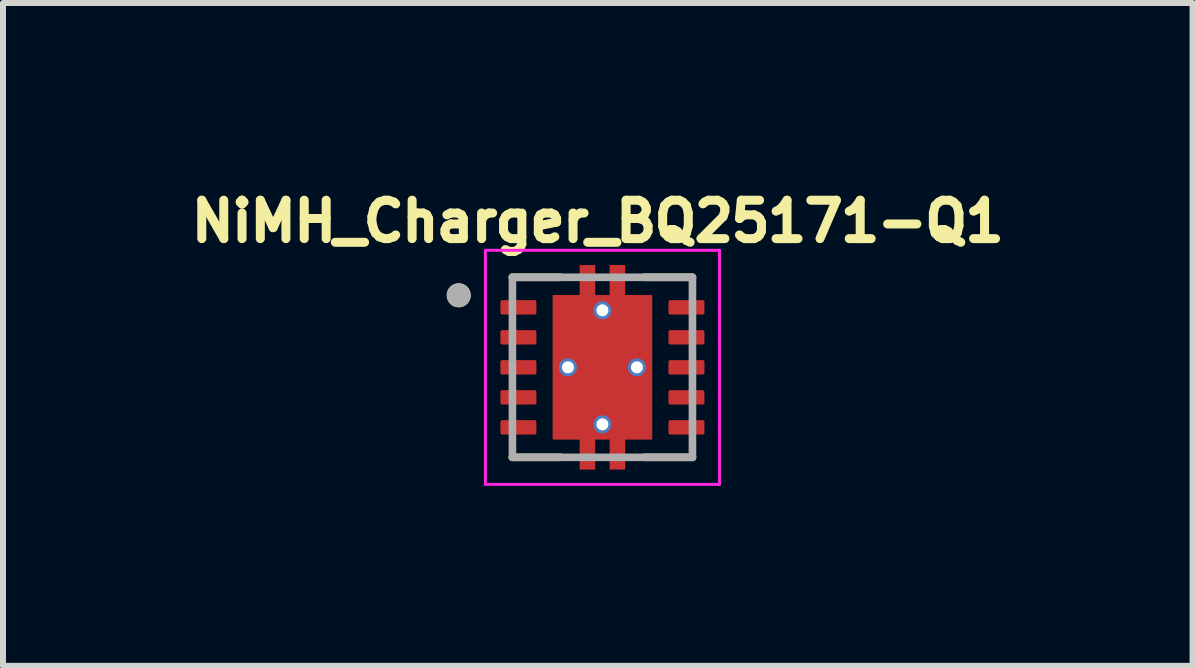
<source format=kicad_pcb>
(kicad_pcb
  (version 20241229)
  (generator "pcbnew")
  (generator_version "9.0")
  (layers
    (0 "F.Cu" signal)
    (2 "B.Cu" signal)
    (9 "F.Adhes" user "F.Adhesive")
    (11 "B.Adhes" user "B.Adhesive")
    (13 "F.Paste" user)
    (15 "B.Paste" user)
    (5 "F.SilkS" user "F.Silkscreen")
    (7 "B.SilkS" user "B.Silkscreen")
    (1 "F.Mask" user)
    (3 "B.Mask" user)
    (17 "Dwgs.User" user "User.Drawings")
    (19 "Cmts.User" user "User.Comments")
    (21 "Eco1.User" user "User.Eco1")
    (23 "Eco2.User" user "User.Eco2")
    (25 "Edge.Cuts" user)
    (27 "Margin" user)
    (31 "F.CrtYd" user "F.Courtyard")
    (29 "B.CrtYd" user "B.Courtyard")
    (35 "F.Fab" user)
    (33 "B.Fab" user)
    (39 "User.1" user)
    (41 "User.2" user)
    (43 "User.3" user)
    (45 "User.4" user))
  (footprint "NiMH_Charger_BQ25171-Q1"
    (layer "F.Cu")
    (at 6.989 3.071)
    (property "Reference" "NiMH_Charger_BQ25171-Q1" (at -0.078 -2.433 0) (layer "F.SilkS") (effects (font (size 0.64 0.64) (thickness 0.15))))
    (attr smd)
    (fp_poly (pts (xy -1.77 -1.19) (xy -1.03 -1.19) (xy -1.03 -0.81) (xy -1.77 -0.81)) (stroke (width 0.01) (type solid)) (fill yes) (layer "F.Mask"))
    (fp_poly (pts (xy -1.77 -0.69) (xy -1.03 -0.69) (xy -1.03 -0.31) (xy -1.77 -0.31)) (stroke (width 0.01) (type solid)) (fill yes) (layer "F.Mask"))
    (fp_poly (pts (xy -1.77 -0.19) (xy -1.03 -0.19) (xy -1.03 0.19) (xy -1.77 0.19)) (stroke (width 0.01) (type solid)) (fill yes) (layer "F.Mask"))
    (fp_poly (pts (xy -1.77 0.31) (xy -1.03 0.31) (xy -1.03 0.69) (xy -1.77 0.69)) (stroke (width 0.01) (type solid)) (fill yes) (layer "F.Mask"))
    (fp_poly (pts (xy -1.77 0.81) (xy -1.03 0.81) (xy -1.03 1.19) (xy -1.77 1.19)) (stroke (width 0.01) (type solid)) (fill yes) (layer "F.Mask"))
    (fp_poly (pts (xy 1.03 -1.19) (xy 1.77 -1.19) (xy 1.77 -0.81) (xy 1.03 -0.81)) (stroke (width 0.01) (type solid)) (fill yes) (layer "F.Mask"))
    (fp_poly (pts (xy 1.03 -0.69) (xy 1.77 -0.69) (xy 1.77 -0.31) (xy 1.03 -0.31)) (stroke (width 0.01) (type solid)) (fill yes) (layer "F.Mask"))
    (fp_poly (pts (xy 1.03 -0.19) (xy 1.77 -0.19) (xy 1.77 0.19) (xy 1.03 0.19)) (stroke (width 0.01) (type solid)) (fill yes) (layer "F.Mask"))
    (fp_poly (pts (xy 1.03 0.31) (xy 1.77 0.31) (xy 1.77 0.69) (xy 1.03 0.69)) (stroke (width 0.01) (type solid)) (fill yes) (layer "F.Mask"))
    (fp_poly (pts (xy 1.03 0.81) (xy 1.77 0.81) (xy 1.77 1.19) (xy 1.03 1.19)) (stroke (width 0.01) (type solid)) (fill yes) (layer "F.Mask"))
    (fp_poly (pts (xy -0.895 -1.27) (xy -0.445 -1.27) (xy -0.445 -1.77) (xy -0.055 -1.77) (xy -0.055 -1.27) (xy 0.055 -1.27) (xy 0.055 -1.77) (xy 0.445 -1.77) (xy 0.445 -1.27) (xy 0.895 -1.27) (xy 0.895 1.27) (xy 0.445 1.27) (xy 0.445 1.77) (xy 0.055 1.77) (xy 0.055 1.27) (xy -0.055 1.27) (xy -0.055 1.77) (xy -0.445 1.77) (xy -0.445 1.27) (xy -0.895 1.27)) (stroke (width 0.01) (type solid)) (fill yes) (layer "F.Mask"))
    (fp_line (start -1.5 -1.5) (end -0.695 -1.5) (stroke (width 0.127) (type solid)) (layer "F.SilkS"))
    (fp_line (start -1.5 1.5) (end -0.695 1.5) (stroke (width 0.127) (type solid)) (layer "F.SilkS"))
    (fp_line (start 0.695 -1.5) (end 1.5 -1.5) (stroke (width 0.127) (type solid)) (layer "F.SilkS"))
    (fp_line (start 0.695 1.5) (end 1.5 1.5) (stroke (width 0.127) (type solid)) (layer "F.SilkS"))
    (fp_circle (center -2.395 -1.2) (end -2.295 -1.2) (stroke (width 0.2) (type solid)) (fill no) (layer "F.SilkS"))
    (fp_poly (pts (xy -0.75 -1.16) (xy 0.75 -1.16) (xy 0.75 -0.1) (xy -0.75 -0.1)) (stroke (width 0.01) (type solid)) (fill yes) (layer "F.Paste"))
    (fp_poly (pts (xy -0.75 0.1) (xy 0.75 0.1) (xy 0.75 1.16) (xy -0.75 1.16)) (stroke (width 0.01) (type solid)) (fill yes) (layer "F.Paste"))
    (fp_poly (pts (xy -0.375 -1.7) (xy -0.125 -1.7) (xy -0.125 -1.36) (xy -0.375 -1.36)) (stroke (width 0.01) (type solid)) (fill yes) (layer "F.Paste"))
    (fp_poly (pts (xy -0.375 1.36) (xy -0.125 1.36) (xy -0.125 1.7) (xy -0.375 1.7)) (stroke (width 0.01) (type solid)) (fill yes) (layer "F.Paste"))
    (fp_poly (pts (xy 0.125 -1.7) (xy 0.375 -1.7) (xy 0.375 -1.36) (xy 0.125 -1.36)) (stroke (width 0.01) (type solid)) (fill yes) (layer "F.Paste"))
    (fp_poly (pts (xy 0.125 1.36) (xy 0.375 1.36) (xy 0.375 1.7) (xy 0.125 1.7)) (stroke (width 0.01) (type solid)) (fill yes) (layer "F.Paste"))
    (fp_line (start -1.95 -1.95) (end -1.95 1.95) (stroke (width 0.05) (type solid)) (layer "F.CrtYd"))
    (fp_line (start -1.95 -1.95) (end 1.95 -1.95) (stroke (width 0.05) (type solid)) (layer "F.CrtYd"))
    (fp_line (start -1.95 1.95) (end 1.95 1.95) (stroke (width 0.05) (type solid)) (layer "F.CrtYd"))
    (fp_line (start 1.95 -1.95) (end 1.95 1.95) (stroke (width 0.05) (type solid)) (layer "F.CrtYd"))
    (fp_line (start -1.5 -1.5) (end -1.5 1.5) (stroke (width 0.127) (type solid)) (layer "F.Fab"))
    (fp_line (start -1.5 -1.5) (end 1.5 -1.5) (stroke (width 0.127) (type solid)) (layer "F.Fab"))
    (fp_line (start -1.5 1.5) (end 1.5 1.5) (stroke (width 0.127) (type solid)) (layer "F.Fab"))
    (fp_line (start 1.5 -1.5) (end 1.5 1.5) (stroke (width 0.127) (type solid)) (layer "F.Fab"))
    (fp_circle (center -2.395 -1.2) (end -2.295 -1.2) (stroke (width 0.2) (type solid)) (fill no) (layer "F.Fab"))
    (pad "1" smd roundrect (at -1.4 -1) (size 0.6 0.24) (layers "F.Cu" "F.Paste") (roundrect_rratio 0.125))
    (pad "2" smd roundrect (at -1.4 -0.5) (size 0.6 0.24) (layers "F.Cu" "F.Paste") (roundrect_rratio 0.125))
    (pad "3" smd roundrect (at -1.4 0) (size 0.6 0.24) (layers "F.Cu" "F.Paste") (roundrect_rratio 0.125))
    (pad "4" smd roundrect (at -1.4 0.5) (size 0.6 0.24) (layers "F.Cu" "F.Paste") (roundrect_rratio 0.125))
    (pad "5" smd roundrect (at -1.4 1) (size 0.6 0.24) (layers "F.Cu" "F.Paste") (roundrect_rratio 0.125))
    (pad "6" smd roundrect (at 1.4 1) (size 0.6 0.24) (layers "F.Cu" "F.Paste") (roundrect_rratio 0.125))
    (pad "7" smd roundrect (at 1.4 0.5) (size 0.6 0.24) (layers "F.Cu" "F.Paste") (roundrect_rratio 0.125))
    (pad "8" smd roundrect (at 1.4 0) (size 0.6 0.24) (layers "F.Cu" "F.Paste") (roundrect_rratio 0.125))
    (pad "9" smd roundrect (at 1.4 -0.5) (size 0.6 0.24) (layers "F.Cu" "F.Paste") (roundrect_rratio 0.125))
    (pad "10" smd roundrect (at 1.4 -1) (size 0.6 0.24) (layers "F.Cu" "F.Paste") (roundrect_rratio 0.125))
    (pad "11" smd custom (at 0 0) (size 1.65 2.4) (layers "F.Cu") (options (anchor rect)) (primitives (gr_poly (pts (xy -0.825 -1.2) (xy -0.375 -1.2) (xy -0.375 -1.7) (xy -0.125 -1.7) (xy -0.125 -1.2) (xy 0.125 -1.2) (xy 0.125 -1.7) (xy 0.375 -1.7) (xy 0.375 -1.2) (xy 0.825 -1.2) (xy 0.825 1.2) (xy 0.375 1.2) (xy 0.375 1.7) (xy 0.125 1.7) (xy 0.125 1.2) (xy -0.125 1.2) (xy -0.125 1.7) (xy -0.375 1.7) (xy -0.375 1.2) (xy -0.825 1.2)) (width 0.01) (fill yes))))
    (pad "12" thru_hole circle (at 0 0.95) (size 0.3 0.3) (drill 0.2) (layers "*.Cu"))
    (pad "13" thru_hole circle (at -0.575 0) (size 0.3 0.3) (drill 0.2) (layers "*.Cu"))
    (pad "14" thru_hole circle (at 0.575 0) (size 0.3 0.3) (drill 0.2) (layers "*.Cu"))
    (pad "15" thru_hole circle (at 0 -0.95) (size 0.3 0.3) (drill 0.2) (layers "*.Cu")))
  (gr_rect
    (start -3 -3)
    (end 16.823 8.046)
    (stroke (width 0.1) (type default))
    (fill no)
    (layer "Edge.Cuts")))
</source>
